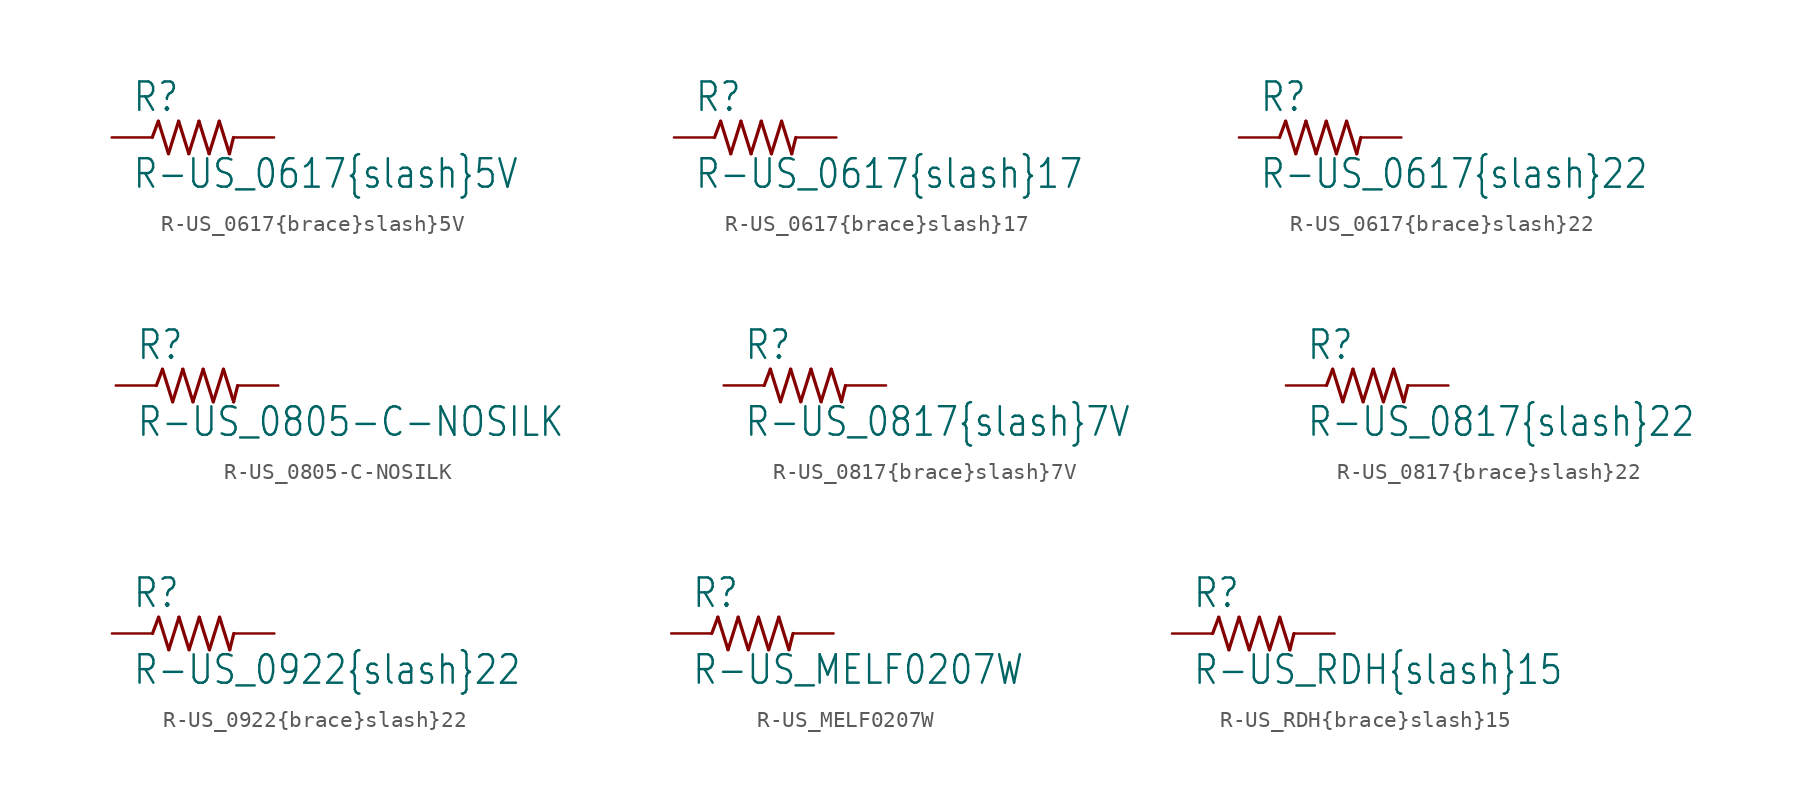
<source format=kicad_sym>
(kicad_symbol_lib
  (version 20210619)
  (generator kicad_symbol_editor)
  (symbol "R-US_0617{brace}slash}5V"
    (property "Reference" "R"
      (at -3.81 1.499 0)
      (effects (font (size 1.778 1.511)) (justify left bottom)))
    (property "Value" "R-US_0617{brace}slash}5V"
      (at -3.81 -3.302 0)
      (effects (font (size 1.778 1.511)) (justify left bottom)))
    (property "ki_locked" ""
      (at 0 0 0)
      (effects (font (size 1.27 1.27))))
    (symbol "R-US_0617{brace}slash}5V_1_0"
      (polyline (pts (xy -2.54 0) (xy -2.159 1.016)) (stroke (width 0.203)) (fill (type none)))
      (polyline (pts (xy -2.159 1.016) (xy -1.524 -1.016)) (stroke (width 0.203)) (fill (type none)))
      (polyline (pts (xy -1.524 -1.016) (xy -0.889 1.016)) (stroke (width 0.203)) (fill (type none)))
      (polyline (pts (xy -0.889 1.016) (xy -0.254 -1.016)) (stroke (width 0.203)) (fill (type none)))
      (polyline (pts (xy -0.254 -1.016) (xy 0.381 1.016)) (stroke (width 0.203)) (fill (type none)))
      (polyline (pts (xy 0.381 1.016) (xy 1.016 -1.016)) (stroke (width 0.203)) (fill (type none)))
      (polyline (pts (xy 1.016 -1.016) (xy 1.651 1.016)) (stroke (width 0.203)) (fill (type none)))
      (polyline (pts (xy 1.651 1.016) (xy 2.286 -1.016)) (stroke (width 0.203)) (fill (type none)))
      (polyline (pts (xy 2.286 -1.016) (xy 2.54 0)) (stroke (width 0.203)) (fill (type none)))
      (pin passive line (at -5.08 0 0) (length 2.54) (name "1" (effects (font (size 0 0)))) (number "1" (effects (font (size 0 0)))))
      (pin passive line (at 5.08 0 180) (length 2.54) (name "2" (effects (font (size 0 0)))) (number "2" (effects (font (size 0 0)))))))
  (symbol "R-US_0617{brace}slash}17"
    (property "Reference" "R"
      (at -3.81 1.499 0)
      (effects (font (size 1.778 1.511)) (justify left bottom)))
    (property "Value" "R-US_0617{brace}slash}17"
      (at -3.81 -3.302 0)
      (effects (font (size 1.778 1.511)) (justify left bottom)))
    (property "ki_locked" ""
      (at 0 0 0)
      (effects (font (size 1.27 1.27))))
    (symbol "R-US_0617{brace}slash}17_1_0"
      (polyline (pts (xy -2.54 0) (xy -2.159 1.016)) (stroke (width 0.203)) (fill (type none)))
      (polyline (pts (xy -2.159 1.016) (xy -1.524 -1.016)) (stroke (width 0.203)) (fill (type none)))
      (polyline (pts (xy -1.524 -1.016) (xy -0.889 1.016)) (stroke (width 0.203)) (fill (type none)))
      (polyline (pts (xy -0.889 1.016) (xy -0.254 -1.016)) (stroke (width 0.203)) (fill (type none)))
      (polyline (pts (xy -0.254 -1.016) (xy 0.381 1.016)) (stroke (width 0.203)) (fill (type none)))
      (polyline (pts (xy 0.381 1.016) (xy 1.016 -1.016)) (stroke (width 0.203)) (fill (type none)))
      (polyline (pts (xy 1.016 -1.016) (xy 1.651 1.016)) (stroke (width 0.203)) (fill (type none)))
      (polyline (pts (xy 1.651 1.016) (xy 2.286 -1.016)) (stroke (width 0.203)) (fill (type none)))
      (polyline (pts (xy 2.286 -1.016) (xy 2.54 0)) (stroke (width 0.203)) (fill (type none)))
      (pin passive line (at -5.08 0 0) (length 2.54) (name "1" (effects (font (size 0 0)))) (number "1" (effects (font (size 0 0)))))
      (pin passive line (at 5.08 0 180) (length 2.54) (name "2" (effects (font (size 0 0)))) (number "2" (effects (font (size 0 0)))))))
  (symbol "R-US_0617{brace}slash}22"
    (property "Reference" "R"
      (at -3.81 1.499 0)
      (effects (font (size 1.778 1.511)) (justify left bottom)))
    (property "Value" "R-US_0617{brace}slash}22"
      (at -3.81 -3.302 0)
      (effects (font (size 1.778 1.511)) (justify left bottom)))
    (property "ki_locked" ""
      (at 0 0 0)
      (effects (font (size 1.27 1.27))))
    (symbol "R-US_0617{brace}slash}22_1_0"
      (polyline (pts (xy -2.54 0) (xy -2.159 1.016)) (stroke (width 0.203)) (fill (type none)))
      (polyline (pts (xy -2.159 1.016) (xy -1.524 -1.016)) (stroke (width 0.203)) (fill (type none)))
      (polyline (pts (xy -1.524 -1.016) (xy -0.889 1.016)) (stroke (width 0.203)) (fill (type none)))
      (polyline (pts (xy -0.889 1.016) (xy -0.254 -1.016)) (stroke (width 0.203)) (fill (type none)))
      (polyline (pts (xy -0.254 -1.016) (xy 0.381 1.016)) (stroke (width 0.203)) (fill (type none)))
      (polyline (pts (xy 0.381 1.016) (xy 1.016 -1.016)) (stroke (width 0.203)) (fill (type none)))
      (polyline (pts (xy 1.016 -1.016) (xy 1.651 1.016)) (stroke (width 0.203)) (fill (type none)))
      (polyline (pts (xy 1.651 1.016) (xy 2.286 -1.016)) (stroke (width 0.203)) (fill (type none)))
      (polyline (pts (xy 2.286 -1.016) (xy 2.54 0)) (stroke (width 0.203)) (fill (type none)))
      (pin passive line (at -5.08 0 0) (length 2.54) (name "1" (effects (font (size 0 0)))) (number "1" (effects (font (size 0 0)))))
      (pin passive line (at 5.08 0 180) (length 2.54) (name "2" (effects (font (size 0 0)))) (number "2" (effects (font (size 0 0)))))))
  (symbol "R-US_0805-C-NOSILK"
    (property "Reference" "R"
      (at -3.81 1.499 0)
      (effects (font (size 1.778 1.511)) (justify left bottom)))
    (property "Value" "R-US_0805-C-NOSILK"
      (at -3.81 -3.302 0)
      (effects (font (size 1.778 1.511)) (justify left bottom)))
    (property "ki_locked" ""
      (at 0 0 0)
      (effects (font (size 1.27 1.27))))
    (symbol "R-US_0805-C-NOSILK_1_0"
      (polyline (pts (xy -2.54 0) (xy -2.159 1.016)) (stroke (width 0.203)) (fill (type none)))
      (polyline (pts (xy -2.159 1.016) (xy -1.524 -1.016)) (stroke (width 0.203)) (fill (type none)))
      (polyline (pts (xy -1.524 -1.016) (xy -0.889 1.016)) (stroke (width 0.203)) (fill (type none)))
      (polyline (pts (xy -0.889 1.016) (xy -0.254 -1.016)) (stroke (width 0.203)) (fill (type none)))
      (polyline (pts (xy -0.254 -1.016) (xy 0.381 1.016)) (stroke (width 0.203)) (fill (type none)))
      (polyline (pts (xy 0.381 1.016) (xy 1.016 -1.016)) (stroke (width 0.203)) (fill (type none)))
      (polyline (pts (xy 1.016 -1.016) (xy 1.651 1.016)) (stroke (width 0.203)) (fill (type none)))
      (polyline (pts (xy 1.651 1.016) (xy 2.286 -1.016)) (stroke (width 0.203)) (fill (type none)))
      (polyline (pts (xy 2.286 -1.016) (xy 2.54 0)) (stroke (width 0.203)) (fill (type none)))
      (pin passive line (at -5.08 0 0) (length 2.54) (name "1" (effects (font (size 0 0)))) (number "1" (effects (font (size 0 0)))))
      (pin passive line (at 5.08 0 180) (length 2.54) (name "2" (effects (font (size 0 0)))) (number "2" (effects (font (size 0 0)))))))
  (symbol "R-US_0817{brace}slash}7V"
    (property "Reference" "R"
      (at -3.81 1.499 0)
      (effects (font (size 1.778 1.511)) (justify left bottom)))
    (property "Value" "R-US_0817{brace}slash}7V"
      (at -3.81 -3.302 0)
      (effects (font (size 1.778 1.511)) (justify left bottom)))
    (property "ki_locked" ""
      (at 0 0 0)
      (effects (font (size 1.27 1.27))))
    (symbol "R-US_0817{brace}slash}7V_1_0"
      (polyline (pts (xy -2.54 0) (xy -2.159 1.016)) (stroke (width 0.203)) (fill (type none)))
      (polyline (pts (xy -2.159 1.016) (xy -1.524 -1.016)) (stroke (width 0.203)) (fill (type none)))
      (polyline (pts (xy -1.524 -1.016) (xy -0.889 1.016)) (stroke (width 0.203)) (fill (type none)))
      (polyline (pts (xy -0.889 1.016) (xy -0.254 -1.016)) (stroke (width 0.203)) (fill (type none)))
      (polyline (pts (xy -0.254 -1.016) (xy 0.381 1.016)) (stroke (width 0.203)) (fill (type none)))
      (polyline (pts (xy 0.381 1.016) (xy 1.016 -1.016)) (stroke (width 0.203)) (fill (type none)))
      (polyline (pts (xy 1.016 -1.016) (xy 1.651 1.016)) (stroke (width 0.203)) (fill (type none)))
      (polyline (pts (xy 1.651 1.016) (xy 2.286 -1.016)) (stroke (width 0.203)) (fill (type none)))
      (polyline (pts (xy 2.286 -1.016) (xy 2.54 0)) (stroke (width 0.203)) (fill (type none)))
      (pin passive line (at -5.08 0 0) (length 2.54) (name "1" (effects (font (size 0 0)))) (number "1" (effects (font (size 0 0)))))
      (pin passive line (at 5.08 0 180) (length 2.54) (name "2" (effects (font (size 0 0)))) (number "2" (effects (font (size 0 0)))))))
  (symbol "R-US_0817{brace}slash}22"
    (property "Reference" "R"
      (at -3.81 1.499 0)
      (effects (font (size 1.778 1.511)) (justify left bottom)))
    (property "Value" "R-US_0817{brace}slash}22"
      (at -3.81 -3.302 0)
      (effects (font (size 1.778 1.511)) (justify left bottom)))
    (property "ki_locked" ""
      (at 0 0 0)
      (effects (font (size 1.27 1.27))))
    (symbol "R-US_0817{brace}slash}22_1_0"
      (polyline (pts (xy -2.54 0) (xy -2.159 1.016)) (stroke (width 0.203)) (fill (type none)))
      (polyline (pts (xy -2.159 1.016) (xy -1.524 -1.016)) (stroke (width 0.203)) (fill (type none)))
      (polyline (pts (xy -1.524 -1.016) (xy -0.889 1.016)) (stroke (width 0.203)) (fill (type none)))
      (polyline (pts (xy -0.889 1.016) (xy -0.254 -1.016)) (stroke (width 0.203)) (fill (type none)))
      (polyline (pts (xy -0.254 -1.016) (xy 0.381 1.016)) (stroke (width 0.203)) (fill (type none)))
      (polyline (pts (xy 0.381 1.016) (xy 1.016 -1.016)) (stroke (width 0.203)) (fill (type none)))
      (polyline (pts (xy 1.016 -1.016) (xy 1.651 1.016)) (stroke (width 0.203)) (fill (type none)))
      (polyline (pts (xy 1.651 1.016) (xy 2.286 -1.016)) (stroke (width 0.203)) (fill (type none)))
      (polyline (pts (xy 2.286 -1.016) (xy 2.54 0)) (stroke (width 0.203)) (fill (type none)))
      (pin passive line (at -5.08 0 0) (length 2.54) (name "1" (effects (font (size 0 0)))) (number "1" (effects (font (size 0 0)))))
      (pin passive line (at 5.08 0 180) (length 2.54) (name "2" (effects (font (size 0 0)))) (number "2" (effects (font (size 0 0)))))))
  (symbol "R-US_0922{brace}slash}22"
    (property "Reference" "R"
      (at -3.81 1.499 0)
      (effects (font (size 1.778 1.511)) (justify left bottom)))
    (property "Value" "R-US_0922{brace}slash}22"
      (at -3.81 -3.302 0)
      (effects (font (size 1.778 1.511)) (justify left bottom)))
    (property "ki_locked" ""
      (at 0 0 0)
      (effects (font (size 1.27 1.27))))
    (symbol "R-US_0922{brace}slash}22_1_0"
      (polyline (pts (xy -2.54 0) (xy -2.159 1.016)) (stroke (width 0.203)) (fill (type none)))
      (polyline (pts (xy -2.159 1.016) (xy -1.524 -1.016)) (stroke (width 0.203)) (fill (type none)))
      (polyline (pts (xy -1.524 -1.016) (xy -0.889 1.016)) (stroke (width 0.203)) (fill (type none)))
      (polyline (pts (xy -0.889 1.016) (xy -0.254 -1.016)) (stroke (width 0.203)) (fill (type none)))
      (polyline (pts (xy -0.254 -1.016) (xy 0.381 1.016)) (stroke (width 0.203)) (fill (type none)))
      (polyline (pts (xy 0.381 1.016) (xy 1.016 -1.016)) (stroke (width 0.203)) (fill (type none)))
      (polyline (pts (xy 1.016 -1.016) (xy 1.651 1.016)) (stroke (width 0.203)) (fill (type none)))
      (polyline (pts (xy 1.651 1.016) (xy 2.286 -1.016)) (stroke (width 0.203)) (fill (type none)))
      (polyline (pts (xy 2.286 -1.016) (xy 2.54 0)) (stroke (width 0.203)) (fill (type none)))
      (pin passive line (at -5.08 0 0) (length 2.54) (name "1" (effects (font (size 0 0)))) (number "1" (effects (font (size 0 0)))))
      (pin passive line (at 5.08 0 180) (length 2.54) (name "2" (effects (font (size 0 0)))) (number "2" (effects (font (size 0 0)))))))
  (symbol "R-US_MELF0207W"
    (property "Reference" "R"
      (at -3.81 1.499 0)
      (effects (font (size 1.778 1.511)) (justify left bottom)))
    (property "Value" "R-US_MELF0207W"
      (at -3.81 -3.302 0)
      (effects (font (size 1.778 1.511)) (justify left bottom)))
    (property "ki_locked" ""
      (at 0 0 0)
      (effects (font (size 1.27 1.27))))
    (symbol "R-US_MELF0207W_1_0"
      (polyline (pts (xy -2.54 0) (xy -2.159 1.016)) (stroke (width 0.203)) (fill (type none)))
      (polyline (pts (xy -2.159 1.016) (xy -1.524 -1.016)) (stroke (width 0.203)) (fill (type none)))
      (polyline (pts (xy -1.524 -1.016) (xy -0.889 1.016)) (stroke (width 0.203)) (fill (type none)))
      (polyline (pts (xy -0.889 1.016) (xy -0.254 -1.016)) (stroke (width 0.203)) (fill (type none)))
      (polyline (pts (xy -0.254 -1.016) (xy 0.381 1.016)) (stroke (width 0.203)) (fill (type none)))
      (polyline (pts (xy 0.381 1.016) (xy 1.016 -1.016)) (stroke (width 0.203)) (fill (type none)))
      (polyline (pts (xy 1.016 -1.016) (xy 1.651 1.016)) (stroke (width 0.203)) (fill (type none)))
      (polyline (pts (xy 1.651 1.016) (xy 2.286 -1.016)) (stroke (width 0.203)) (fill (type none)))
      (polyline (pts (xy 2.286 -1.016) (xy 2.54 0)) (stroke (width 0.203)) (fill (type none)))
      (pin passive line (at -5.08 0 0) (length 2.54) (name "1" (effects (font (size 0 0)))) (number "1" (effects (font (size 0 0)))))
      (pin passive line (at 5.08 0 180) (length 2.54) (name "2" (effects (font (size 0 0)))) (number "2" (effects (font (size 0 0)))))))
  (symbol "R-US_RDH{brace}slash}15"
    (property "Reference" "R"
      (at -3.81 1.499 0)
      (effects (font (size 1.778 1.511)) (justify left bottom)))
    (property "Value" "R-US_RDH{brace}slash}15"
      (at -3.81 -3.302 0)
      (effects (font (size 1.778 1.511)) (justify left bottom)))
    (property "ki_locked" ""
      (at 0 0 0)
      (effects (font (size 1.27 1.27))))
    (symbol "R-US_RDH{brace}slash}15_1_0"
      (polyline (pts (xy -2.54 0) (xy -2.159 1.016)) (stroke (width 0.203)) (fill (type none)))
      (polyline (pts (xy -2.159 1.016) (xy -1.524 -1.016)) (stroke (width 0.203)) (fill (type none)))
      (polyline (pts (xy -1.524 -1.016) (xy -0.889 1.016)) (stroke (width 0.203)) (fill (type none)))
      (polyline (pts (xy -0.889 1.016) (xy -0.254 -1.016)) (stroke (width 0.203)) (fill (type none)))
      (polyline (pts (xy -0.254 -1.016) (xy 0.381 1.016)) (stroke (width 0.203)) (fill (type none)))
      (polyline (pts (xy 0.381 1.016) (xy 1.016 -1.016)) (stroke (width 0.203)) (fill (type none)))
      (polyline (pts (xy 1.016 -1.016) (xy 1.651 1.016)) (stroke (width 0.203)) (fill (type none)))
      (polyline (pts (xy 1.651 1.016) (xy 2.286 -1.016)) (stroke (width 0.203)) (fill (type none)))
      (polyline (pts (xy 2.286 -1.016) (xy 2.54 0)) (stroke (width 0.203)) (fill (type none)))
      (pin passive line (at -5.08 0 0) (length 2.54) (name "1" (effects (font (size 0 0)))) (number "1" (effects (font (size 0 0)))))
      (pin passive line (at 5.08 0 180) (length 2.54) (name "2" (effects (font (size 0 0)))) (number "2" (effects (font (size 0 0))))))))
</source>
